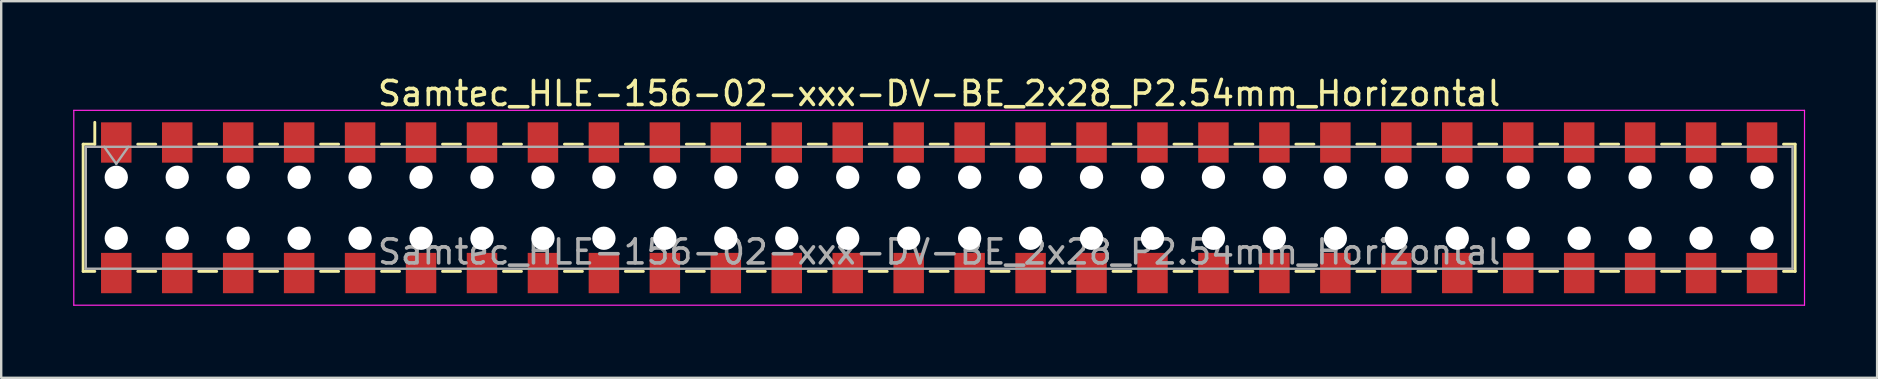
<source format=kicad_pcb>
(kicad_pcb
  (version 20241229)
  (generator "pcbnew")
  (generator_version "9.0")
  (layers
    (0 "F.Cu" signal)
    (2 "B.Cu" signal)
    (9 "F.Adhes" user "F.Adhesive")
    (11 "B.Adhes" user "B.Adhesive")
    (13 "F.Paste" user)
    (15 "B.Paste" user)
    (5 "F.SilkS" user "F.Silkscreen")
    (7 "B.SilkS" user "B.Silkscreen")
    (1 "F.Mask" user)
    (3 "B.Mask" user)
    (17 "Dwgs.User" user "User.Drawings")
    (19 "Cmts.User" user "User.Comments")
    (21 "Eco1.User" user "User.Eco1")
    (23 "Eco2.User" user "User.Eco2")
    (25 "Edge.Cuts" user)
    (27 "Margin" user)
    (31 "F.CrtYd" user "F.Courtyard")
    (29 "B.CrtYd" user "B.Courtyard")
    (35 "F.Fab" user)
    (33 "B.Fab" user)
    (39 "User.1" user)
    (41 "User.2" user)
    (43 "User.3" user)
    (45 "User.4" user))
  (footprint "Samtec_HLE-156-02-xxx-DV-BE_2x28_P2.54mm_Horizontal"
    (layer "F.Cu")
    (at 36.085 5.608)
    (property "Reference" "Samtec_HLE-156-02-xxx-DV-BE_2x28_P2.54mm_Horizontal" (at 0 -4.76 0) (layer "F.SilkS") (effects (font (size 1 1) (thickness 0.15))))
    (attr smd)
    (fp_line (start -35.67 -2.65) (end -35.67 2.65) (stroke (width 0.12) (type solid)) (layer "F.SilkS"))
    (fp_line (start -35.67 2.65) (end -35.185 2.65) (stroke (width 0.12) (type solid)) (layer "F.SilkS"))
    (fp_line (start -35.185 -3.56) (end -35.185 -2.65) (stroke (width 0.12) (type solid)) (layer "F.SilkS"))
    (fp_line (start -35.185 -2.65) (end -35.67 -2.65) (stroke (width 0.12) (type solid)) (layer "F.SilkS"))
    (fp_line (start -33.395 -2.65) (end -32.645 -2.65) (stroke (width 0.12) (type solid)) (layer "F.SilkS"))
    (fp_line (start -33.395 2.65) (end -32.645 2.65) (stroke (width 0.12) (type solid)) (layer "F.SilkS"))
    (fp_line (start -30.855 -2.65) (end -30.105 -2.65) (stroke (width 0.12) (type solid)) (layer "F.SilkS"))
    (fp_line (start -30.855 2.65) (end -30.105 2.65) (stroke (width 0.12) (type solid)) (layer "F.SilkS"))
    (fp_line (start -28.315 -2.65) (end -27.565 -2.65) (stroke (width 0.12) (type solid)) (layer "F.SilkS"))
    (fp_line (start -28.315 2.65) (end -27.565 2.65) (stroke (width 0.12) (type solid)) (layer "F.SilkS"))
    (fp_line (start -25.775 -2.65) (end -25.025 -2.65) (stroke (width 0.12) (type solid)) (layer "F.SilkS"))
    (fp_line (start -25.775 2.65) (end -25.025 2.65) (stroke (width 0.12) (type solid)) (layer "F.SilkS"))
    (fp_line (start -23.235 -2.65) (end -22.485 -2.65) (stroke (width 0.12) (type solid)) (layer "F.SilkS"))
    (fp_line (start -23.235 2.65) (end -22.485 2.65) (stroke (width 0.12) (type solid)) (layer "F.SilkS"))
    (fp_line (start -20.695 -2.65) (end -19.945 -2.65) (stroke (width 0.12) (type solid)) (layer "F.SilkS"))
    (fp_line (start -20.695 2.65) (end -19.945 2.65) (stroke (width 0.12) (type solid)) (layer "F.SilkS"))
    (fp_line (start -18.155 -2.65) (end -17.405 -2.65) (stroke (width 0.12) (type solid)) (layer "F.SilkS"))
    (fp_line (start -18.155 2.65) (end -17.405 2.65) (stroke (width 0.12) (type solid)) (layer "F.SilkS"))
    (fp_line (start -15.615 -2.65) (end -14.865 -2.65) (stroke (width 0.12) (type solid)) (layer "F.SilkS"))
    (fp_line (start -15.615 2.65) (end -14.865 2.65) (stroke (width 0.12) (type solid)) (layer "F.SilkS"))
    (fp_line (start -13.075 -2.65) (end -12.325 -2.65) (stroke (width 0.12) (type solid)) (layer "F.SilkS"))
    (fp_line (start -13.075 2.65) (end -12.325 2.65) (stroke (width 0.12) (type solid)) (layer "F.SilkS"))
    (fp_line (start -10.535 -2.65) (end -9.785 -2.65) (stroke (width 0.12) (type solid)) (layer "F.SilkS"))
    (fp_line (start -10.535 2.65) (end -9.785 2.65) (stroke (width 0.12) (type solid)) (layer "F.SilkS"))
    (fp_line (start -7.995 -2.65) (end -7.245 -2.65) (stroke (width 0.12) (type solid)) (layer "F.SilkS"))
    (fp_line (start -7.995 2.65) (end -7.245 2.65) (stroke (width 0.12) (type solid)) (layer "F.SilkS"))
    (fp_line (start -5.455 -2.65) (end -4.705 -2.65) (stroke (width 0.12) (type solid)) (layer "F.SilkS"))
    (fp_line (start -5.455 2.65) (end -4.705 2.65) (stroke (width 0.12) (type solid)) (layer "F.SilkS"))
    (fp_line (start -2.915 -2.65) (end -2.165 -2.65) (stroke (width 0.12) (type solid)) (layer "F.SilkS"))
    (fp_line (start -2.915 2.65) (end -2.165 2.65) (stroke (width 0.12) (type solid)) (layer "F.SilkS"))
    (fp_line (start -0.375 -2.65) (end 0.375 -2.65) (stroke (width 0.12) (type solid)) (layer "F.SilkS"))
    (fp_line (start -0.375 2.65) (end 0.375 2.65) (stroke (width 0.12) (type solid)) (layer "F.SilkS"))
    (fp_line (start 2.165 -2.65) (end 2.915 -2.65) (stroke (width 0.12) (type solid)) (layer "F.SilkS"))
    (fp_line (start 2.165 2.65) (end 2.915 2.65) (stroke (width 0.12) (type solid)) (layer "F.SilkS"))
    (fp_line (start 4.705 -2.65) (end 5.455 -2.65) (stroke (width 0.12) (type solid)) (layer "F.SilkS"))
    (fp_line (start 4.705 2.65) (end 5.455 2.65) (stroke (width 0.12) (type solid)) (layer "F.SilkS"))
    (fp_line (start 7.245 -2.65) (end 7.995 -2.65) (stroke (width 0.12) (type solid)) (layer "F.SilkS"))
    (fp_line (start 7.245 2.65) (end 7.995 2.65) (stroke (width 0.12) (type solid)) (layer "F.SilkS"))
    (fp_line (start 9.785 -2.65) (end 10.535 -2.65) (stroke (width 0.12) (type solid)) (layer "F.SilkS"))
    (fp_line (start 9.785 2.65) (end 10.535 2.65) (stroke (width 0.12) (type solid)) (layer "F.SilkS"))
    (fp_line (start 12.325 -2.65) (end 13.075 -2.65) (stroke (width 0.12) (type solid)) (layer "F.SilkS"))
    (fp_line (start 12.325 2.65) (end 13.075 2.65) (stroke (width 0.12) (type solid)) (layer "F.SilkS"))
    (fp_line (start 14.865 -2.65) (end 15.615 -2.65) (stroke (width 0.12) (type solid)) (layer "F.SilkS"))
    (fp_line (start 14.865 2.65) (end 15.615 2.65) (stroke (width 0.12) (type solid)) (layer "F.SilkS"))
    (fp_line (start 17.405 -2.65) (end 18.155 -2.65) (stroke (width 0.12) (type solid)) (layer "F.SilkS"))
    (fp_line (start 17.405 2.65) (end 18.155 2.65) (stroke (width 0.12) (type solid)) (layer "F.SilkS"))
    (fp_line (start 19.945 -2.65) (end 20.695 -2.65) (stroke (width 0.12) (type solid)) (layer "F.SilkS"))
    (fp_line (start 19.945 2.65) (end 20.695 2.65) (stroke (width 0.12) (type solid)) (layer "F.SilkS"))
    (fp_line (start 22.485 -2.65) (end 23.235 -2.65) (stroke (width 0.12) (type solid)) (layer "F.SilkS"))
    (fp_line (start 22.485 2.65) (end 23.235 2.65) (stroke (width 0.12) (type solid)) (layer "F.SilkS"))
    (fp_line (start 25.025 -2.65) (end 25.775 -2.65) (stroke (width 0.12) (type solid)) (layer "F.SilkS"))
    (fp_line (start 25.025 2.65) (end 25.775 2.65) (stroke (width 0.12) (type solid)) (layer "F.SilkS"))
    (fp_line (start 27.565 -2.65) (end 28.315 -2.65) (stroke (width 0.12) (type solid)) (layer "F.SilkS"))
    (fp_line (start 27.565 2.65) (end 28.315 2.65) (stroke (width 0.12) (type solid)) (layer "F.SilkS"))
    (fp_line (start 30.105 -2.65) (end 30.855 -2.65) (stroke (width 0.12) (type solid)) (layer "F.SilkS"))
    (fp_line (start 30.105 2.65) (end 30.855 2.65) (stroke (width 0.12) (type solid)) (layer "F.SilkS"))
    (fp_line (start 32.645 -2.65) (end 33.395 -2.65) (stroke (width 0.12) (type solid)) (layer "F.SilkS"))
    (fp_line (start 32.645 2.65) (end 33.395 2.65) (stroke (width 0.12) (type solid)) (layer "F.SilkS"))
    (fp_line (start 35.185 -2.65) (end 35.67 -2.65) (stroke (width 0.12) (type solid)) (layer "F.SilkS"))
    (fp_line (start 35.67 -2.65) (end 35.67 2.65) (stroke (width 0.12) (type solid)) (layer "F.SilkS"))
    (fp_line (start 35.67 2.65) (end 35.185 2.65) (stroke (width 0.12) (type solid)) (layer "F.SilkS"))
    (fp_line (start -36.06 -4.06) (end 36.06 -4.06) (stroke (width 0.05) (type solid)) (layer "F.CrtYd"))
    (fp_line (start -36.06 4.06) (end -36.06 -4.06) (stroke (width 0.05) (type solid)) (layer "F.CrtYd"))
    (fp_line (start 36.06 -4.06) (end 36.06 4.06) (stroke (width 0.05) (type solid)) (layer "F.CrtYd"))
    (fp_line (start 36.06 4.06) (end -36.06 4.06) (stroke (width 0.05) (type solid)) (layer "F.CrtYd"))
    (fp_line (start -35.56 -2.54) (end 35.56 -2.54) (stroke (width 0.1) (type solid)) (layer "F.Fab"))
    (fp_line (start -35.56 2.54) (end -35.56 -2.54) (stroke (width 0.1) (type solid)) (layer "F.Fab"))
    (fp_line (start -34.79 -2.54) (end -34.29 -1.833) (stroke (width 0.1) (type solid)) (layer "F.Fab"))
    (fp_line (start -34.29 -1.833) (end -33.79 -2.54) (stroke (width 0.1) (type solid)) (layer "F.Fab"))
    (fp_line (start 35.56 -2.54) (end 35.56 2.54) (stroke (width 0.1) (type solid)) (layer "F.Fab"))
    (fp_line (start 35.56 2.54) (end -35.56 2.54) (stroke (width 0.1) (type solid)) (layer "F.Fab"))
    (fp_text user "${REFERENCE}" (at 0 1.84 0) (layer "F.Fab") (effects (font (size 1 1) (thickness 0.15))))
    (pad "" np_thru_hole circle (at -34.29 -1.27) (size 0.97 0.97) (drill 0.97) (layers "*.Cu" "*.Mask"))
    (pad "" np_thru_hole circle (at -34.29 1.27) (size 0.97 0.97) (drill 0.97) (layers "*.Cu" "*.Mask"))
    (pad "" np_thru_hole circle (at -31.75 -1.27) (size 0.97 0.97) (drill 0.97) (layers "*.Cu" "*.Mask"))
    (pad "" np_thru_hole circle (at -31.75 1.27) (size 0.97 0.97) (drill 0.97) (layers "*.Cu" "*.Mask"))
    (pad "" np_thru_hole circle (at -29.21 -1.27) (size 0.97 0.97) (drill 0.97) (layers "*.Cu" "*.Mask"))
    (pad "" np_thru_hole circle (at -29.21 1.27) (size 0.97 0.97) (drill 0.97) (layers "*.Cu" "*.Mask"))
    (pad "" np_thru_hole circle (at -26.67 -1.27) (size 0.97 0.97) (drill 0.97) (layers "*.Cu" "*.Mask"))
    (pad "" np_thru_hole circle (at -26.67 1.27) (size 0.97 0.97) (drill 0.97) (layers "*.Cu" "*.Mask"))
    (pad "" np_thru_hole circle (at -24.13 -1.27) (size 0.97 0.97) (drill 0.97) (layers "*.Cu" "*.Mask"))
    (pad "" np_thru_hole circle (at -24.13 1.27) (size 0.97 0.97) (drill 0.97) (layers "*.Cu" "*.Mask"))
    (pad "" np_thru_hole circle (at -21.59 -1.27) (size 0.97 0.97) (drill 0.97) (layers "*.Cu" "*.Mask"))
    (pad "" np_thru_hole circle (at -21.59 1.27) (size 0.97 0.97) (drill 0.97) (layers "*.Cu" "*.Mask"))
    (pad "" np_thru_hole circle (at -19.05 -1.27) (size 0.97 0.97) (drill 0.97) (layers "*.Cu" "*.Mask"))
    (pad "" np_thru_hole circle (at -19.05 1.27) (size 0.97 0.97) (drill 0.97) (layers "*.Cu" "*.Mask"))
    (pad "" np_thru_hole circle (at -16.51 -1.27) (size 0.97 0.97) (drill 0.97) (layers "*.Cu" "*.Mask"))
    (pad "" np_thru_hole circle (at -16.51 1.27) (size 0.97 0.97) (drill 0.97) (layers "*.Cu" "*.Mask"))
    (pad "" np_thru_hole circle (at -13.97 -1.27) (size 0.97 0.97) (drill 0.97) (layers "*.Cu" "*.Mask"))
    (pad "" np_thru_hole circle (at -13.97 1.27) (size 0.97 0.97) (drill 0.97) (layers "*.Cu" "*.Mask"))
    (pad "" np_thru_hole circle (at -11.43 -1.27) (size 0.97 0.97) (drill 0.97) (layers "*.Cu" "*.Mask"))
    (pad "" np_thru_hole circle (at -11.43 1.27) (size 0.97 0.97) (drill 0.97) (layers "*.Cu" "*.Mask"))
    (pad "" np_thru_hole circle (at -8.89 -1.27) (size 0.97 0.97) (drill 0.97) (layers "*.Cu" "*.Mask"))
    (pad "" np_thru_hole circle (at -8.89 1.27) (size 0.97 0.97) (drill 0.97) (layers "*.Cu" "*.Mask"))
    (pad "" np_thru_hole circle (at -6.35 -1.27) (size 0.97 0.97) (drill 0.97) (layers "*.Cu" "*.Mask"))
    (pad "" np_thru_hole circle (at -6.35 1.27) (size 0.97 0.97) (drill 0.97) (layers "*.Cu" "*.Mask"))
    (pad "" np_thru_hole circle (at -3.81 -1.27) (size 0.97 0.97) (drill 0.97) (layers "*.Cu" "*.Mask"))
    (pad "" np_thru_hole circle (at -3.81 1.27) (size 0.97 0.97) (drill 0.97) (layers "*.Cu" "*.Mask"))
    (pad "" np_thru_hole circle (at -1.27 -1.27) (size 0.97 0.97) (drill 0.97) (layers "*.Cu" "*.Mask"))
    (pad "" np_thru_hole circle (at -1.27 1.27) (size 0.97 0.97) (drill 0.97) (layers "*.Cu" "*.Mask"))
    (pad "" np_thru_hole circle (at 1.27 -1.27) (size 0.97 0.97) (drill 0.97) (layers "*.Cu" "*.Mask"))
    (pad "" np_thru_hole circle (at 1.27 1.27) (size 0.97 0.97) (drill 0.97) (layers "*.Cu" "*.Mask"))
    (pad "" np_thru_hole circle (at 3.81 -1.27) (size 0.97 0.97) (drill 0.97) (layers "*.Cu" "*.Mask"))
    (pad "" np_thru_hole circle (at 3.81 1.27) (size 0.97 0.97) (drill 0.97) (layers "*.Cu" "*.Mask"))
    (pad "" np_thru_hole circle (at 6.35 -1.27) (size 0.97 0.97) (drill 0.97) (layers "*.Cu" "*.Mask"))
    (pad "" np_thru_hole circle (at 6.35 1.27) (size 0.97 0.97) (drill 0.97) (layers "*.Cu" "*.Mask"))
    (pad "" np_thru_hole circle (at 8.89 -1.27) (size 0.97 0.97) (drill 0.97) (layers "*.Cu" "*.Mask"))
    (pad "" np_thru_hole circle (at 8.89 1.27) (size 0.97 0.97) (drill 0.97) (layers "*.Cu" "*.Mask"))
    (pad "" np_thru_hole circle (at 11.43 -1.27) (size 0.97 0.97) (drill 0.97) (layers "*.Cu" "*.Mask"))
    (pad "" np_thru_hole circle (at 11.43 1.27) (size 0.97 0.97) (drill 0.97) (layers "*.Cu" "*.Mask"))
    (pad "" np_thru_hole circle (at 13.97 -1.27) (size 0.97 0.97) (drill 0.97) (layers "*.Cu" "*.Mask"))
    (pad "" np_thru_hole circle (at 13.97 1.27) (size 0.97 0.97) (drill 0.97) (layers "*.Cu" "*.Mask"))
    (pad "" np_thru_hole circle (at 16.51 -1.27) (size 0.97 0.97) (drill 0.97) (layers "*.Cu" "*.Mask"))
    (pad "" np_thru_hole circle (at 16.51 1.27) (size 0.97 0.97) (drill 0.97) (layers "*.Cu" "*.Mask"))
    (pad "" np_thru_hole circle (at 19.05 -1.27) (size 0.97 0.97) (drill 0.97) (layers "*.Cu" "*.Mask"))
    (pad "" np_thru_hole circle (at 19.05 1.27) (size 0.97 0.97) (drill 0.97) (layers "*.Cu" "*.Mask"))
    (pad "" np_thru_hole circle (at 21.59 -1.27) (size 0.97 0.97) (drill 0.97) (layers "*.Cu" "*.Mask"))
    (pad "" np_thru_hole circle (at 21.59 1.27) (size 0.97 0.97) (drill 0.97) (layers "*.Cu" "*.Mask"))
    (pad "" np_thru_hole circle (at 24.13 -1.27) (size 0.97 0.97) (drill 0.97) (layers "*.Cu" "*.Mask"))
    (pad "" np_thru_hole circle (at 24.13 1.27) (size 0.97 0.97) (drill 0.97) (layers "*.Cu" "*.Mask"))
    (pad "" np_thru_hole circle (at 26.67 -1.27) (size 0.97 0.97) (drill 0.97) (layers "*.Cu" "*.Mask"))
    (pad "" np_thru_hole circle (at 26.67 1.27) (size 0.97 0.97) (drill 0.97) (layers "*.Cu" "*.Mask"))
    (pad "" np_thru_hole circle (at 29.21 -1.27) (size 0.97 0.97) (drill 0.97) (layers "*.Cu" "*.Mask"))
    (pad "" np_thru_hole circle (at 29.21 1.27) (size 0.97 0.97) (drill 0.97) (layers "*.Cu" "*.Mask"))
    (pad "" np_thru_hole circle (at 31.75 -1.27) (size 0.97 0.97) (drill 0.97) (layers "*.Cu" "*.Mask"))
    (pad "" np_thru_hole circle (at 31.75 1.27) (size 0.97 0.97) (drill 0.97) (layers "*.Cu" "*.Mask"))
    (pad "" np_thru_hole circle (at 34.29 -1.27) (size 0.97 0.97) (drill 0.97) (layers "*.Cu" "*.Mask"))
    (pad "" np_thru_hole circle (at 34.29 1.27) (size 0.97 0.97) (drill 0.97) (layers "*.Cu" "*.Mask"))
    (pad "1" smd rect (at -34.29 -2.72) (size 1.27 1.68) (layers "F.Cu" "F.Mask" "F.Paste"))
    (pad "2" smd rect (at -34.29 2.72) (size 1.27 1.68) (layers "F.Cu" "F.Mask" "F.Paste"))
    (pad "3" smd rect (at -31.75 -2.72) (size 1.27 1.68) (layers "F.Cu" "F.Mask" "F.Paste"))
    (pad "4" smd rect (at -31.75 2.72) (size 1.27 1.68) (layers "F.Cu" "F.Mask" "F.Paste"))
    (pad "5" smd rect (at -29.21 -2.72) (size 1.27 1.68) (layers "F.Cu" "F.Mask" "F.Paste"))
    (pad "6" smd rect (at -29.21 2.72) (size 1.27 1.68) (layers "F.Cu" "F.Mask" "F.Paste"))
    (pad "7" smd rect (at -26.67 -2.72) (size 1.27 1.68) (layers "F.Cu" "F.Mask" "F.Paste"))
    (pad "8" smd rect (at -26.67 2.72) (size 1.27 1.68) (layers "F.Cu" "F.Mask" "F.Paste"))
    (pad "9" smd rect (at -24.13 -2.72) (size 1.27 1.68) (layers "F.Cu" "F.Mask" "F.Paste"))
    (pad "10" smd rect (at -24.13 2.72) (size 1.27 1.68) (layers "F.Cu" "F.Mask" "F.Paste"))
    (pad "11" smd rect (at -21.59 -2.72) (size 1.27 1.68) (layers "F.Cu" "F.Mask" "F.Paste"))
    (pad "12" smd rect (at -21.59 2.72) (size 1.27 1.68) (layers "F.Cu" "F.Mask" "F.Paste"))
    (pad "13" smd rect (at -19.05 -2.72) (size 1.27 1.68) (layers "F.Cu" "F.Mask" "F.Paste"))
    (pad "14" smd rect (at -19.05 2.72) (size 1.27 1.68) (layers "F.Cu" "F.Mask" "F.Paste"))
    (pad "15" smd rect (at -16.51 -2.72) (size 1.27 1.68) (layers "F.Cu" "F.Mask" "F.Paste"))
    (pad "16" smd rect (at -16.51 2.72) (size 1.27 1.68) (layers "F.Cu" "F.Mask" "F.Paste"))
    (pad "17" smd rect (at -13.97 -2.72) (size 1.27 1.68) (layers "F.Cu" "F.Mask" "F.Paste"))
    (pad "18" smd rect (at -13.97 2.72) (size 1.27 1.68) (layers "F.Cu" "F.Mask" "F.Paste"))
    (pad "19" smd rect (at -11.43 -2.72) (size 1.27 1.68) (layers "F.Cu" "F.Mask" "F.Paste"))
    (pad "20" smd rect (at -11.43 2.72) (size 1.27 1.68) (layers "F.Cu" "F.Mask" "F.Paste"))
    (pad "21" smd rect (at -8.89 -2.72) (size 1.27 1.68) (layers "F.Cu" "F.Mask" "F.Paste"))
    (pad "22" smd rect (at -8.89 2.72) (size 1.27 1.68) (layers "F.Cu" "F.Mask" "F.Paste"))
    (pad "23" smd rect (at -6.35 -2.72) (size 1.27 1.68) (layers "F.Cu" "F.Mask" "F.Paste"))
    (pad "24" smd rect (at -6.35 2.72) (size 1.27 1.68) (layers "F.Cu" "F.Mask" "F.Paste"))
    (pad "25" smd rect (at -3.81 -2.72) (size 1.27 1.68) (layers "F.Cu" "F.Mask" "F.Paste"))
    (pad "26" smd rect (at -3.81 2.72) (size 1.27 1.68) (layers "F.Cu" "F.Mask" "F.Paste"))
    (pad "27" smd rect (at -1.27 -2.72) (size 1.27 1.68) (layers "F.Cu" "F.Mask" "F.Paste"))
    (pad "28" smd rect (at -1.27 2.72) (size 1.27 1.68) (layers "F.Cu" "F.Mask" "F.Paste"))
    (pad "29" smd rect (at 1.27 -2.72) (size 1.27 1.68) (layers "F.Cu" "F.Mask" "F.Paste"))
    (pad "30" smd rect (at 1.27 2.72) (size 1.27 1.68) (layers "F.Cu" "F.Mask" "F.Paste"))
    (pad "31" smd rect (at 3.81 -2.72) (size 1.27 1.68) (layers "F.Cu" "F.Mask" "F.Paste"))
    (pad "32" smd rect (at 3.81 2.72) (size 1.27 1.68) (layers "F.Cu" "F.Mask" "F.Paste"))
    (pad "33" smd rect (at 6.35 -2.72) (size 1.27 1.68) (layers "F.Cu" "F.Mask" "F.Paste"))
    (pad "34" smd rect (at 6.35 2.72) (size 1.27 1.68) (layers "F.Cu" "F.Mask" "F.Paste"))
    (pad "35" smd rect (at 8.89 -2.72) (size 1.27 1.68) (layers "F.Cu" "F.Mask" "F.Paste"))
    (pad "36" smd rect (at 8.89 2.72) (size 1.27 1.68) (layers "F.Cu" "F.Mask" "F.Paste"))
    (pad "37" smd rect (at 11.43 -2.72) (size 1.27 1.68) (layers "F.Cu" "F.Mask" "F.Paste"))
    (pad "38" smd rect (at 11.43 2.72) (size 1.27 1.68) (layers "F.Cu" "F.Mask" "F.Paste"))
    (pad "39" smd rect (at 13.97 -2.72) (size 1.27 1.68) (layers "F.Cu" "F.Mask" "F.Paste"))
    (pad "40" smd rect (at 13.97 2.72) (size 1.27 1.68) (layers "F.Cu" "F.Mask" "F.Paste"))
    (pad "41" smd rect (at 16.51 -2.72) (size 1.27 1.68) (layers "F.Cu" "F.Mask" "F.Paste"))
    (pad "42" smd rect (at 16.51 2.72) (size 1.27 1.68) (layers "F.Cu" "F.Mask" "F.Paste"))
    (pad "43" smd rect (at 19.05 -2.72) (size 1.27 1.68) (layers "F.Cu" "F.Mask" "F.Paste"))
    (pad "44" smd rect (at 19.05 2.72) (size 1.27 1.68) (layers "F.Cu" "F.Mask" "F.Paste"))
    (pad "45" smd rect (at 21.59 -2.72) (size 1.27 1.68) (layers "F.Cu" "F.Mask" "F.Paste"))
    (pad "46" smd rect (at 21.59 2.72) (size 1.27 1.68) (layers "F.Cu" "F.Mask" "F.Paste"))
    (pad "47" smd rect (at 24.13 -2.72) (size 1.27 1.68) (layers "F.Cu" "F.Mask" "F.Paste"))
    (pad "48" smd rect (at 24.13 2.72) (size 1.27 1.68) (layers "F.Cu" "F.Mask" "F.Paste"))
    (pad "49" smd rect (at 26.67 -2.72) (size 1.27 1.68) (layers "F.Cu" "F.Mask" "F.Paste"))
    (pad "50" smd rect (at 26.67 2.72) (size 1.27 1.68) (layers "F.Cu" "F.Mask" "F.Paste"))
    (pad "51" smd rect (at 29.21 -2.72) (size 1.27 1.68) (layers "F.Cu" "F.Mask" "F.Paste"))
    (pad "52" smd rect (at 29.21 2.72) (size 1.27 1.68) (layers "F.Cu" "F.Mask" "F.Paste"))
    (pad "53" smd rect (at 31.75 -2.72) (size 1.27 1.68) (layers "F.Cu" "F.Mask" "F.Paste"))
    (pad "54" smd rect (at 31.75 2.72) (size 1.27 1.68) (layers "F.Cu" "F.Mask" "F.Paste"))
    (pad "55" smd rect (at 34.29 -2.72) (size 1.27 1.68) (layers "F.Cu" "F.Mask" "F.Paste"))
    (pad "56" smd rect (at 34.29 2.72) (size 1.27 1.68) (layers "F.Cu" "F.Mask" "F.Paste")))
  (gr_rect
    (start -3 -3)
    (end 75.17 12.693)
    (stroke (width 0.1) (type default))
    (fill no)
    (layer "Edge.Cuts")))
</source>
